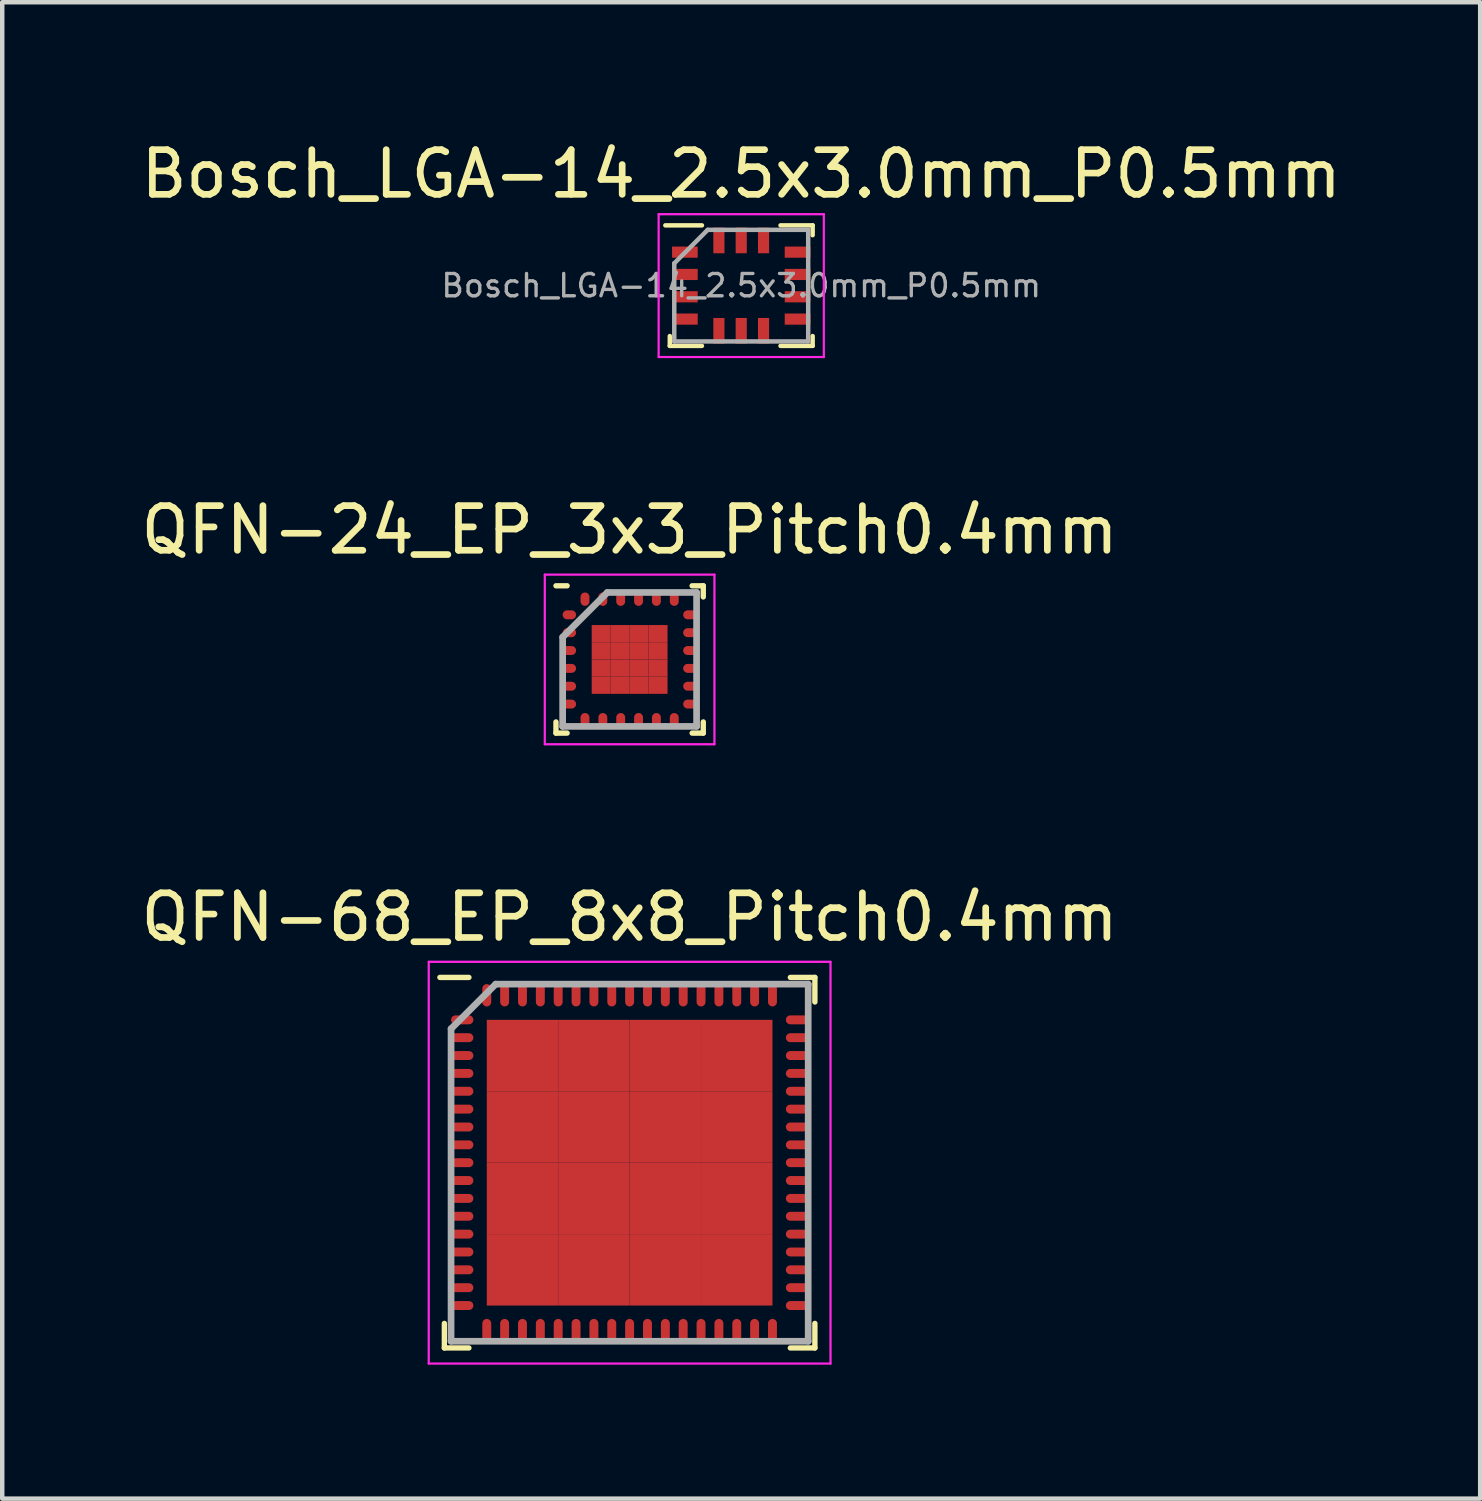
<source format=kicad_pcb>
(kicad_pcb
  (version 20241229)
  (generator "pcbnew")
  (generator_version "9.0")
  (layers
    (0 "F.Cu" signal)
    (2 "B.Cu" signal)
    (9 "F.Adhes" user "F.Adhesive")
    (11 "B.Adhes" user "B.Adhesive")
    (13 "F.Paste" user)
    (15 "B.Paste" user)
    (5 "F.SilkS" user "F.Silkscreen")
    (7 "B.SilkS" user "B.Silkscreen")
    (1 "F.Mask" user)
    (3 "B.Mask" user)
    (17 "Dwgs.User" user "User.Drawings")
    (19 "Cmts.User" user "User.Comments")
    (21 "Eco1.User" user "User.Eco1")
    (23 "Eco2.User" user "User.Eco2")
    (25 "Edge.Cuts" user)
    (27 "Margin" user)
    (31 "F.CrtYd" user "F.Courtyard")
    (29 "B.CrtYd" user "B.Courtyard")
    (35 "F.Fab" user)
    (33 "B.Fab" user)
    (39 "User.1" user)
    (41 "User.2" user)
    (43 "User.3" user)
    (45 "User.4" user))
  (footprint "Bosch_LGA-14_2.5x3.0mm_P0.5mm"
    (layer "F.Cu")
    (at 13.554 3.348)
    (property "Reference" "Bosch_LGA-14_2.5x3.0mm_P0.5mm" (at 0 -2.5 0) (layer "F.SilkS") (effects (font (size 1 1) (thickness 0.15))))
    (attr smd)
    (fp_line (start -1.7 -1.35) (end -0.88 -1.35) (stroke (width 0.1) (type solid)) (layer "F.SilkS"))
    (fp_line (start -1.6 1.35) (end -1.6 1.13) (stroke (width 0.1) (type solid)) (layer "F.SilkS"))
    (fp_line (start -1.6 1.35) (end -0.88 1.35) (stroke (width 0.1) (type solid)) (layer "F.SilkS"))
    (fp_line (start 0.88 -1.35) (end 1.6 -1.35) (stroke (width 0.1) (type solid)) (layer "F.SilkS"))
    (fp_line (start 1.6 -1.35) (end 1.6 -1.13) (stroke (width 0.1) (type solid)) (layer "F.SilkS"))
    (fp_line (start 1.6 1.13) (end 1.6 1.35) (stroke (width 0.1) (type solid)) (layer "F.SilkS"))
    (fp_line (start 1.6 1.35) (end 0.88 1.35) (stroke (width 0.1) (type solid)) (layer "F.SilkS"))
    (fp_line (start -1.85 -1.6) (end 1.85 -1.6) (stroke (width 0.05) (type solid)) (layer "F.CrtYd"))
    (fp_line (start -1.85 1.6) (end -1.85 -1.6) (stroke (width 0.05) (type solid)) (layer "F.CrtYd"))
    (fp_line (start 1.85 -1.6) (end 1.85 1.6) (stroke (width 0.05) (type solid)) (layer "F.CrtYd"))
    (fp_line (start 1.85 1.6) (end -1.85 1.6) (stroke (width 0.05) (type solid)) (layer "F.CrtYd"))
    (fp_line (start -1.5 1.25) (end -1.5 -0.5) (stroke (width 0.1) (type solid)) (layer "F.Fab"))
    (fp_line (start -0.75 -1.25) (end -1.5 -0.5) (stroke (width 0.1) (type solid)) (layer "F.Fab"))
    (fp_line (start -0.75 -1.25) (end 1.5 -1.25) (stroke (width 0.1) (type solid)) (layer "F.Fab"))
    (fp_line (start 1.5 -1.25) (end 1.5 1.25) (stroke (width 0.1) (type solid)) (layer "F.Fab"))
    (fp_line (start 1.5 1.25) (end -1.5 1.25) (stroke (width 0.1) (type solid)) (layer "F.Fab"))
    (fp_text user "${REFERENCE}" (at 0 0 0) (layer "F.Fab") (effects (font (size 0.5 0.5) (thickness 0.075))))
    (pad "1" smd rect (at -1.262 -0.75) (size 0.575 0.25) (layers "F.Cu" "F.Mask" "F.Paste"))
    (pad "2" smd rect (at -1.262 -0.25) (size 0.575 0.25) (layers "F.Cu" "F.Mask" "F.Paste"))
    (pad "3" smd rect (at -1.262 0.25) (size 0.575 0.25) (layers "F.Cu" "F.Mask" "F.Paste"))
    (pad "4" smd rect (at -1.262 0.75) (size 0.575 0.25) (layers "F.Cu" "F.Mask" "F.Paste"))
    (pad "5" smd rect (at -0.5 1.012) (size 0.25 0.575) (layers "F.Cu" "F.Mask" "F.Paste"))
    (pad "6" smd rect (at 0 1.012) (size 0.25 0.575) (layers "F.Cu" "F.Mask" "F.Paste"))
    (pad "7" smd rect (at 0.5 1.012) (size 0.25 0.575) (layers "F.Cu" "F.Mask" "F.Paste"))
    (pad "8" smd rect (at 1.262 0.75) (size 0.575 0.25) (layers "F.Cu" "F.Mask" "F.Paste"))
    (pad "9" smd rect (at 1.262 0.25) (size 0.575 0.25) (layers "F.Cu" "F.Mask" "F.Paste"))
    (pad "10" smd rect (at 1.262 -0.25) (size 0.575 0.25) (layers "F.Cu" "F.Mask" "F.Paste"))
    (pad "11" smd rect (at 1.262 -0.75) (size 0.575 0.25) (layers "F.Cu" "F.Mask" "F.Paste"))
    (pad "12" smd rect (at 0.5 -1.012) (size 0.25 0.575) (layers "F.Cu" "F.Mask" "F.Paste"))
    (pad "13" smd rect (at 0 -1.012) (size 0.25 0.575) (layers "F.Cu" "F.Mask" "F.Paste"))
    (pad "14" smd rect (at -0.5 -1.012) (size 0.25 0.575) (layers "F.Cu" "F.Mask" "F.Paste")))
  (footprint "QFN-24_EP_3x3_Pitch0.4mm"
    (layer "F.Cu")
    (at 11.054 11.722)
    (property "Reference" "QFN-24_EP_3x3_Pitch0.4mm" (at 0 -2.9 0) (layer "F.SilkS") (effects (font (size 1 1) (thickness 0.15))))
    (attr smd)
    (fp_line (start -1.65 1.65) (end -1.65 1.4) (stroke (width 0.12) (type solid)) (layer "F.SilkS"))
    (fp_line (start -1.4 -1.65) (end -1.65 -1.65) (stroke (width 0.12) (type solid)) (layer "F.SilkS"))
    (fp_line (start -1.4 1.65) (end -1.65 1.65) (stroke (width 0.12) (type solid)) (layer "F.SilkS"))
    (fp_line (start 1.4 -1.65) (end 1.65 -1.65) (stroke (width 0.12) (type solid)) (layer "F.SilkS"))
    (fp_line (start 1.4 1.65) (end 1.65 1.65) (stroke (width 0.12) (type solid)) (layer "F.SilkS"))
    (fp_line (start 1.65 -1.65) (end 1.65 -1.4) (stroke (width 0.12) (type solid)) (layer "F.SilkS"))
    (fp_line (start 1.65 1.65) (end 1.65 1.4) (stroke (width 0.12) (type solid)) (layer "F.SilkS"))
    (fp_line (start -1.9 -1.9) (end 1.9 -1.9) (stroke (width 0.05) (type solid)) (layer "F.CrtYd"))
    (fp_line (start -1.9 1.9) (end -1.9 -1.9) (stroke (width 0.05) (type solid)) (layer "F.CrtYd"))
    (fp_line (start 1.9 -1.9) (end 1.9 1.9) (stroke (width 0.05) (type solid)) (layer "F.CrtYd"))
    (fp_line (start 1.9 1.9) (end -1.9 1.9) (stroke (width 0.05) (type solid)) (layer "F.CrtYd"))
    (fp_line (start -1.5 -0.5) (end -1.5 1.5) (stroke (width 0.15) (type solid)) (layer "F.Fab"))
    (fp_line (start -1.5 1.5) (end 1.5 1.5) (stroke (width 0.15) (type solid)) (layer "F.Fab"))
    (fp_line (start -0.5 -1.5) (end -1.5 -0.5) (stroke (width 0.15) (type solid)) (layer "F.Fab"))
    (fp_line (start 1.5 -1.5) (end -0.5 -1.5) (stroke (width 0.15) (type solid)) (layer "F.Fab"))
    (fp_line (start 1.5 1.5) (end 1.5 -1.5) (stroke (width 0.15) (type solid)) (layer "F.Fab"))
    (pad "1" smd oval (at -1.35 -1 90) (size 0.2 0.3) (layers "F.Cu" "F.Mask" "F.Paste"))
    (pad "2" smd oval (at -1.35 -0.6 90) (size 0.2 0.3) (layers "F.Cu" "F.Mask" "F.Paste"))
    (pad "3" smd oval (at -1.35 -0.2 90) (size 0.2 0.3) (layers "F.Cu" "F.Mask" "F.Paste"))
    (pad "4" smd oval (at -1.35 0.2 90) (size 0.2 0.3) (layers "F.Cu" "F.Mask" "F.Paste"))
    (pad "5" smd oval (at -1.35 0.6 90) (size 0.2 0.3) (layers "F.Cu" "F.Mask" "F.Paste"))
    (pad "6" smd oval (at -1.35 1 90) (size 0.2 0.3) (layers "F.Cu" "F.Mask" "F.Paste"))
    (pad "7" smd oval (at -1 1.35) (size 0.2 0.3) (layers "F.Cu" "F.Mask" "F.Paste"))
    (pad "8" smd oval (at -0.6 1.35) (size 0.2 0.3) (layers "F.Cu" "F.Mask" "F.Paste"))
    (pad "9" smd oval (at -0.2 1.35) (size 0.2 0.3) (layers "F.Cu" "F.Mask" "F.Paste"))
    (pad "10" smd oval (at 0.2 1.35) (size 0.2 0.3) (layers "F.Cu" "F.Mask" "F.Paste"))
    (pad "11" smd oval (at 0.6 1.35) (size 0.2 0.3) (layers "F.Cu" "F.Mask" "F.Paste"))
    (pad "12" smd oval (at 1 1.35) (size 0.2 0.3) (layers "F.Cu" "F.Mask" "F.Paste"))
    (pad "13" smd oval (at 1.35 1 90) (size 0.2 0.3) (layers "F.Cu" "F.Mask" "F.Paste"))
    (pad "14" smd oval (at 1.35 0.6 90) (size 0.2 0.3) (layers "F.Cu" "F.Mask" "F.Paste"))
    (pad "15" smd oval (at 1.35 0.2 90) (size 0.2 0.3) (layers "F.Cu" "F.Mask" "F.Paste"))
    (pad "16" smd oval (at 1.35 -0.2 90) (size 0.2 0.3) (layers "F.Cu" "F.Mask" "F.Paste"))
    (pad "17" smd oval (at 1.35 -0.6 90) (size 0.2 0.3) (layers "F.Cu" "F.Mask" "F.Paste"))
    (pad "18" smd oval (at 1.35 -1 90) (size 0.2 0.3) (layers "F.Cu" "F.Mask" "F.Paste"))
    (pad "19" smd oval (at 1 -1.35) (size 0.2 0.3) (layers "F.Cu" "F.Mask" "F.Paste"))
    (pad "20" smd oval (at 0.6 -1.35) (size 0.2 0.3) (layers "F.Cu" "F.Mask" "F.Paste"))
    (pad "21" smd oval (at 0.2 -1.35) (size 0.2 0.3) (layers "F.Cu" "F.Mask" "F.Paste"))
    (pad "22" smd oval (at -0.2 -1.35) (size 0.2 0.3) (layers "F.Cu" "F.Mask" "F.Paste"))
    (pad "23" smd oval (at -0.6 -1.35) (size 0.2 0.3) (layers "F.Cu" "F.Mask" "F.Paste"))
    (pad "24" smd oval (at -1 -1.35) (size 0.2 0.3) (layers "F.Cu" "F.Mask" "F.Paste"))
    (pad "25" smd rect (at -0.637 -0.578) (size 0.425 0.385) (layers "F.Cu" "F.Mask" "F.Paste"))
    (pad "25" smd rect (at -0.637 -0.193) (size 0.425 0.385) (layers "F.Cu" "F.Mask" "F.Paste"))
    (pad "25" smd rect (at -0.637 0.193) (size 0.425 0.385) (layers "F.Cu" "F.Mask" "F.Paste"))
    (pad "25" smd rect (at -0.637 0.578) (size 0.425 0.385) (layers "F.Cu" "F.Mask" "F.Paste"))
    (pad "25" smd rect (at -0.212 -0.578) (size 0.425 0.385) (layers "F.Cu" "F.Mask" "F.Paste"))
    (pad "25" smd rect (at -0.212 -0.193) (size 0.425 0.385) (layers "F.Cu" "F.Mask" "F.Paste"))
    (pad "25" smd rect (at -0.212 0.193) (size 0.425 0.385) (layers "F.Cu" "F.Mask" "F.Paste"))
    (pad "25" smd rect (at -0.212 0.578) (size 0.425 0.385) (layers "F.Cu" "F.Mask" "F.Paste"))
    (pad "25" smd rect (at 0.212 -0.578) (size 0.425 0.385) (layers "F.Cu" "F.Mask" "F.Paste"))
    (pad "25" smd rect (at 0.212 -0.193) (size 0.425 0.385) (layers "F.Cu" "F.Mask" "F.Paste"))
    (pad "25" smd rect (at 0.212 0.193) (size 0.425 0.385) (layers "F.Cu" "F.Mask" "F.Paste"))
    (pad "25" smd rect (at 0.212 0.578) (size 0.425 0.385) (layers "F.Cu" "F.Mask" "F.Paste"))
    (pad "25" smd rect (at 0.637 -0.578) (size 0.425 0.385) (layers "F.Cu" "F.Mask" "F.Paste"))
    (pad "25" smd rect (at 0.637 -0.193) (size 0.425 0.385) (layers "F.Cu" "F.Mask" "F.Paste"))
    (pad "25" smd rect (at 0.637 0.193) (size 0.425 0.385) (layers "F.Cu" "F.Mask" "F.Paste"))
    (pad "25" smd rect (at 0.637 0.578) (size 0.425 0.385) (layers "F.Cu" "F.Mask" "F.Paste")))
  (footprint "QFN-68_EP_8x8_Pitch0.4mm"
    (layer "F.Cu")
    (at 11.054 22.995)
    (property "Reference" "QFN-68_EP_8x8_Pitch0.4mm" (at 0 -5.5 0) (layer "F.SilkS") (effects (font (size 1 1) (thickness 0.15))))
    (attr smd)
    (fp_line (start -4.15 4.15) (end -4.15 3.6) (stroke (width 0.12) (type solid)) (layer "F.SilkS"))
    (fp_line (start -3.6 -4.15) (end -4.25 -4.15) (stroke (width 0.12) (type solid)) (layer "F.SilkS"))
    (fp_line (start -3.6 4.15) (end -4.15 4.15) (stroke (width 0.12) (type solid)) (layer "F.SilkS"))
    (fp_line (start 3.6 -4.15) (end 4.15 -4.15) (stroke (width 0.12) (type solid)) (layer "F.SilkS"))
    (fp_line (start 3.6 4.15) (end 4.15 4.15) (stroke (width 0.12) (type solid)) (layer "F.SilkS"))
    (fp_line (start 4.15 -4.15) (end 4.15 -3.6) (stroke (width 0.12) (type solid)) (layer "F.SilkS"))
    (fp_line (start 4.15 4.15) (end 4.15 3.6) (stroke (width 0.12) (type solid)) (layer "F.SilkS"))
    (fp_line (start -4.5 -4.5) (end 4.5 -4.5) (stroke (width 0.05) (type solid)) (layer "F.CrtYd"))
    (fp_line (start -4.5 4.5) (end -4.5 -4.5) (stroke (width 0.05) (type solid)) (layer "F.CrtYd"))
    (fp_line (start 4.5 -4.5) (end 4.5 4.5) (stroke (width 0.05) (type solid)) (layer "F.CrtYd"))
    (fp_line (start 4.5 4.5) (end -4.5 4.5) (stroke (width 0.05) (type solid)) (layer "F.CrtYd"))
    (fp_line (start -4 -3) (end -4 4) (stroke (width 0.15) (type solid)) (layer "F.Fab"))
    (fp_line (start -4 4) (end 4 4) (stroke (width 0.15) (type solid)) (layer "F.Fab"))
    (fp_line (start -3 -4) (end -4 -3) (stroke (width 0.15) (type solid)) (layer "F.Fab"))
    (fp_line (start 4 -4) (end -3 -4) (stroke (width 0.15) (type solid)) (layer "F.Fab"))
    (fp_line (start 4 4) (end 4 -4) (stroke (width 0.15) (type solid)) (layer "F.Fab"))
    (pad "1" smd oval (at -3.75 -3.2 90) (size 0.2 0.5) (layers "F.Cu" "F.Mask" "F.Paste"))
    (pad "2" smd oval (at -3.75 -2.8 90) (size 0.2 0.5) (layers "F.Cu" "F.Mask" "F.Paste"))
    (pad "3" smd oval (at -3.75 -2.4 90) (size 0.2 0.5) (layers "F.Cu" "F.Mask" "F.Paste"))
    (pad "4" smd oval (at -3.75 -2 90) (size 0.2 0.5) (layers "F.Cu" "F.Mask" "F.Paste"))
    (pad "5" smd oval (at -3.75 -1.6 90) (size 0.2 0.5) (layers "F.Cu" "F.Mask" "F.Paste"))
    (pad "6" smd oval (at -3.75 -1.2 90) (size 0.2 0.5) (layers "F.Cu" "F.Mask" "F.Paste"))
    (pad "7" smd oval (at -3.75 -0.8 90) (size 0.2 0.5) (layers "F.Cu" "F.Mask" "F.Paste"))
    (pad "8" smd oval (at -3.75 -0.4 90) (size 0.2 0.5) (layers "F.Cu" "F.Mask" "F.Paste"))
    (pad "9" smd oval (at -3.75 0 90) (size 0.2 0.5) (layers "F.Cu" "F.Mask" "F.Paste"))
    (pad "10" smd oval (at -3.75 0.4 90) (size 0.2 0.5) (layers "F.Cu" "F.Mask" "F.Paste"))
    (pad "11" smd oval (at -3.75 0.8 90) (size 0.2 0.5) (layers "F.Cu" "F.Mask" "F.Paste"))
    (pad "12" smd oval (at -3.75 1.2 90) (size 0.2 0.5) (layers "F.Cu" "F.Mask" "F.Paste"))
    (pad "13" smd oval (at -3.75 1.6 90) (size 0.2 0.5) (layers "F.Cu" "F.Mask" "F.Paste"))
    (pad "14" smd oval (at -3.75 2 90) (size 0.2 0.5) (layers "F.Cu" "F.Mask" "F.Paste"))
    (pad "15" smd oval (at -3.75 2.4 90) (size 0.2 0.5) (layers "F.Cu" "F.Mask" "F.Paste"))
    (pad "16" smd oval (at -3.75 2.8 90) (size 0.2 0.5) (layers "F.Cu" "F.Mask" "F.Paste"))
    (pad "17" smd oval (at -3.75 3.2 90) (size 0.2 0.5) (layers "F.Cu" "F.Mask" "F.Paste"))
    (pad "18" smd oval (at -3.2 3.75) (size 0.2 0.5) (layers "F.Cu" "F.Mask" "F.Paste"))
    (pad "19" smd oval (at -2.8 3.75) (size 0.2 0.5) (layers "F.Cu" "F.Mask" "F.Paste"))
    (pad "20" smd oval (at -2.4 3.75) (size 0.2 0.5) (layers "F.Cu" "F.Mask" "F.Paste"))
    (pad "21" smd oval (at -2 3.75) (size 0.2 0.5) (layers "F.Cu" "F.Mask" "F.Paste"))
    (pad "22" smd oval (at -1.6 3.75) (size 0.2 0.5) (layers "F.Cu" "F.Mask" "F.Paste"))
    (pad "23" smd oval (at -1.2 3.75) (size 0.2 0.5) (layers "F.Cu" "F.Mask" "F.Paste"))
    (pad "24" smd oval (at -0.8 3.75) (size 0.2 0.5) (layers "F.Cu" "F.Mask" "F.Paste"))
    (pad "25" smd oval (at -0.4 3.75) (size 0.2 0.5) (layers "F.Cu" "F.Mask" "F.Paste"))
    (pad "26" smd oval (at 0 3.75) (size 0.2 0.5) (layers "F.Cu" "F.Mask" "F.Paste"))
    (pad "27" smd oval (at 0.4 3.75) (size 0.2 0.5) (layers "F.Cu" "F.Mask" "F.Paste"))
    (pad "28" smd oval (at 0.8 3.75) (size 0.2 0.5) (layers "F.Cu" "F.Mask" "F.Paste"))
    (pad "29" smd oval (at 1.2 3.75) (size 0.2 0.5) (layers "F.Cu" "F.Mask" "F.Paste"))
    (pad "30" smd oval (at 1.6 3.75) (size 0.2 0.5) (layers "F.Cu" "F.Mask" "F.Paste"))
    (pad "31" smd oval (at 2 3.75) (size 0.2 0.5) (layers "F.Cu" "F.Mask" "F.Paste"))
    (pad "32" smd oval (at 2.4 3.75) (size 0.2 0.5) (layers "F.Cu" "F.Mask" "F.Paste"))
    (pad "33" smd oval (at 2.8 3.75) (size 0.2 0.5) (layers "F.Cu" "F.Mask" "F.Paste"))
    (pad "34" smd oval (at 3.2 3.75) (size 0.2 0.5) (layers "F.Cu" "F.Mask" "F.Paste"))
    (pad "35" smd oval (at 3.75 3.2 90) (size 0.2 0.5) (layers "F.Cu" "F.Mask" "F.Paste"))
    (pad "36" smd oval (at 3.75 2.8 90) (size 0.2 0.5) (layers "F.Cu" "F.Mask" "F.Paste"))
    (pad "37" smd oval (at 3.75 2.4 90) (size 0.2 0.5) (layers "F.Cu" "F.Mask" "F.Paste"))
    (pad "38" smd oval (at 3.75 2 90) (size 0.2 0.5) (layers "F.Cu" "F.Mask" "F.Paste"))
    (pad "39" smd oval (at 3.75 1.6 90) (size 0.2 0.5) (layers "F.Cu" "F.Mask" "F.Paste"))
    (pad "40" smd oval (at 3.75 1.2 90) (size 0.2 0.5) (layers "F.Cu" "F.Mask" "F.Paste"))
    (pad "41" smd oval (at 3.75 0.8 90) (size 0.2 0.5) (layers "F.Cu" "F.Mask" "F.Paste"))
    (pad "42" smd oval (at 3.75 0.4 90) (size 0.2 0.5) (layers "F.Cu" "F.Mask" "F.Paste"))
    (pad "43" smd oval (at 3.75 0 90) (size 0.2 0.5) (layers "F.Cu" "F.Mask" "F.Paste"))
    (pad "44" smd oval (at 3.75 -0.4 90) (size 0.2 0.5) (layers "F.Cu" "F.Mask" "F.Paste"))
    (pad "45" smd oval (at 3.75 -0.8 90) (size 0.2 0.5) (layers "F.Cu" "F.Mask" "F.Paste"))
    (pad "46" smd oval (at 3.75 -1.2 90) (size 0.2 0.5) (layers "F.Cu" "F.Mask" "F.Paste"))
    (pad "47" smd oval (at 3.75 -1.6 90) (size 0.2 0.5) (layers "F.Cu" "F.Mask" "F.Paste"))
    (pad "48" smd oval (at 3.75 -2 90) (size 0.2 0.5) (layers "F.Cu" "F.Mask" "F.Paste"))
    (pad "49" smd oval (at 3.75 -2.4 90) (size 0.2 0.5) (layers "F.Cu" "F.Mask" "F.Paste"))
    (pad "50" smd oval (at 3.75 -2.8 90) (size 0.2 0.5) (layers "F.Cu" "F.Mask" "F.Paste"))
    (pad "51" smd oval (at 3.75 -3.2 90) (size 0.2 0.5) (layers "F.Cu" "F.Mask" "F.Paste"))
    (pad "52" smd oval (at 3.2 -3.75) (size 0.2 0.5) (layers "F.Cu" "F.Mask" "F.Paste"))
    (pad "53" smd oval (at 2.8 -3.75) (size 0.2 0.5) (layers "F.Cu" "F.Mask" "F.Paste"))
    (pad "54" smd oval (at 2.4 -3.75) (size 0.2 0.5) (layers "F.Cu" "F.Mask" "F.Paste"))
    (pad "55" smd oval (at 2 -3.75) (size 0.2 0.5) (layers "F.Cu" "F.Mask" "F.Paste"))
    (pad "56" smd oval (at 1.6 -3.75) (size 0.2 0.5) (layers "F.Cu" "F.Mask" "F.Paste"))
    (pad "57" smd oval (at 1.2 -3.75) (size 0.2 0.5) (layers "F.Cu" "F.Mask" "F.Paste"))
    (pad "58" smd oval (at 0.8 -3.75) (size 0.2 0.5) (layers "F.Cu" "F.Mask" "F.Paste"))
    (pad "59" smd oval (at 0.4 -3.75) (size 0.2 0.5) (layers "F.Cu" "F.Mask" "F.Paste"))
    (pad "60" smd oval (at 0 -3.75) (size 0.2 0.5) (layers "F.Cu" "F.Mask" "F.Paste"))
    (pad "61" smd oval (at -0.4 -3.75) (size 0.2 0.5) (layers "F.Cu" "F.Mask" "F.Paste"))
    (pad "62" smd oval (at -0.8 -3.75) (size 0.2 0.5) (layers "F.Cu" "F.Mask" "F.Paste"))
    (pad "63" smd oval (at -1.2 -3.75) (size 0.2 0.5) (layers "F.Cu" "F.Mask" "F.Paste"))
    (pad "64" smd oval (at -1.6 -3.75) (size 0.2 0.5) (layers "F.Cu" "F.Mask" "F.Paste"))
    (pad "65" smd oval (at -2 -3.75) (size 0.2 0.5) (layers "F.Cu" "F.Mask" "F.Paste"))
    (pad "66" smd oval (at -2.4 -3.75) (size 0.2 0.5) (layers "F.Cu" "F.Mask" "F.Paste"))
    (pad "67" smd oval (at -2.8 -3.75) (size 0.2 0.5) (layers "F.Cu" "F.Mask" "F.Paste"))
    (pad "68" smd oval (at -3.2 -3.75) (size 0.2 0.5) (layers "F.Cu" "F.Mask" "F.Paste"))
    (pad "69" smd rect (at -2.4 -2.4) (size 1.6 1.6) (layers "F.Cu" "F.Mask" "F.Paste"))
    (pad "69" smd rect (at -2.4 -0.8) (size 1.6 1.6) (layers "F.Cu" "F.Mask" "F.Paste"))
    (pad "69" smd rect (at -2.4 0.8) (size 1.6 1.6) (layers "F.Cu" "F.Mask" "F.Paste"))
    (pad "69" smd rect (at -2.4 2.4) (size 1.6 1.6) (layers "F.Cu" "F.Mask" "F.Paste"))
    (pad "69" smd rect (at -0.8 -2.4) (size 1.6 1.6) (layers "F.Cu" "F.Mask" "F.Paste"))
    (pad "69" smd rect (at -0.8 -0.8) (size 1.6 1.6) (layers "F.Cu" "F.Mask" "F.Paste"))
    (pad "69" smd rect (at -0.8 0.8) (size 1.6 1.6) (layers "F.Cu" "F.Mask" "F.Paste"))
    (pad "69" smd rect (at -0.8 2.4) (size 1.6 1.6) (layers "F.Cu" "F.Mask" "F.Paste"))
    (pad "69" smd rect (at 0.8 -2.4) (size 1.6 1.6) (layers "F.Cu" "F.Mask" "F.Paste"))
    (pad "69" smd rect (at 0.8 -0.8) (size 1.6 1.6) (layers "F.Cu" "F.Mask" "F.Paste"))
    (pad "69" smd rect (at 0.8 0.8) (size 1.6 1.6) (layers "F.Cu" "F.Mask" "F.Paste"))
    (pad "69" smd rect (at 0.8 2.4) (size 1.6 1.6) (layers "F.Cu" "F.Mask" "F.Paste"))
    (pad "69" smd rect (at 2.4 -2.4) (size 1.6 1.6) (layers "F.Cu" "F.Mask" "F.Paste"))
    (pad "69" smd rect (at 2.4 -0.8) (size 1.6 1.6) (layers "F.Cu" "F.Mask" "F.Paste"))
    (pad "69" smd rect (at 2.4 0.8) (size 1.6 1.6) (layers "F.Cu" "F.Mask" "F.Paste"))
    (pad "69" smd rect (at 2.4 2.4) (size 1.6 1.6) (layers "F.Cu" "F.Mask" "F.Paste")))
  (gr_rect
    (start -3 -3)
    (end 30.107 30.52)
    (stroke (width 0.1) (type default))
    (fill no)
    (layer "Edge.Cuts")))
</source>
